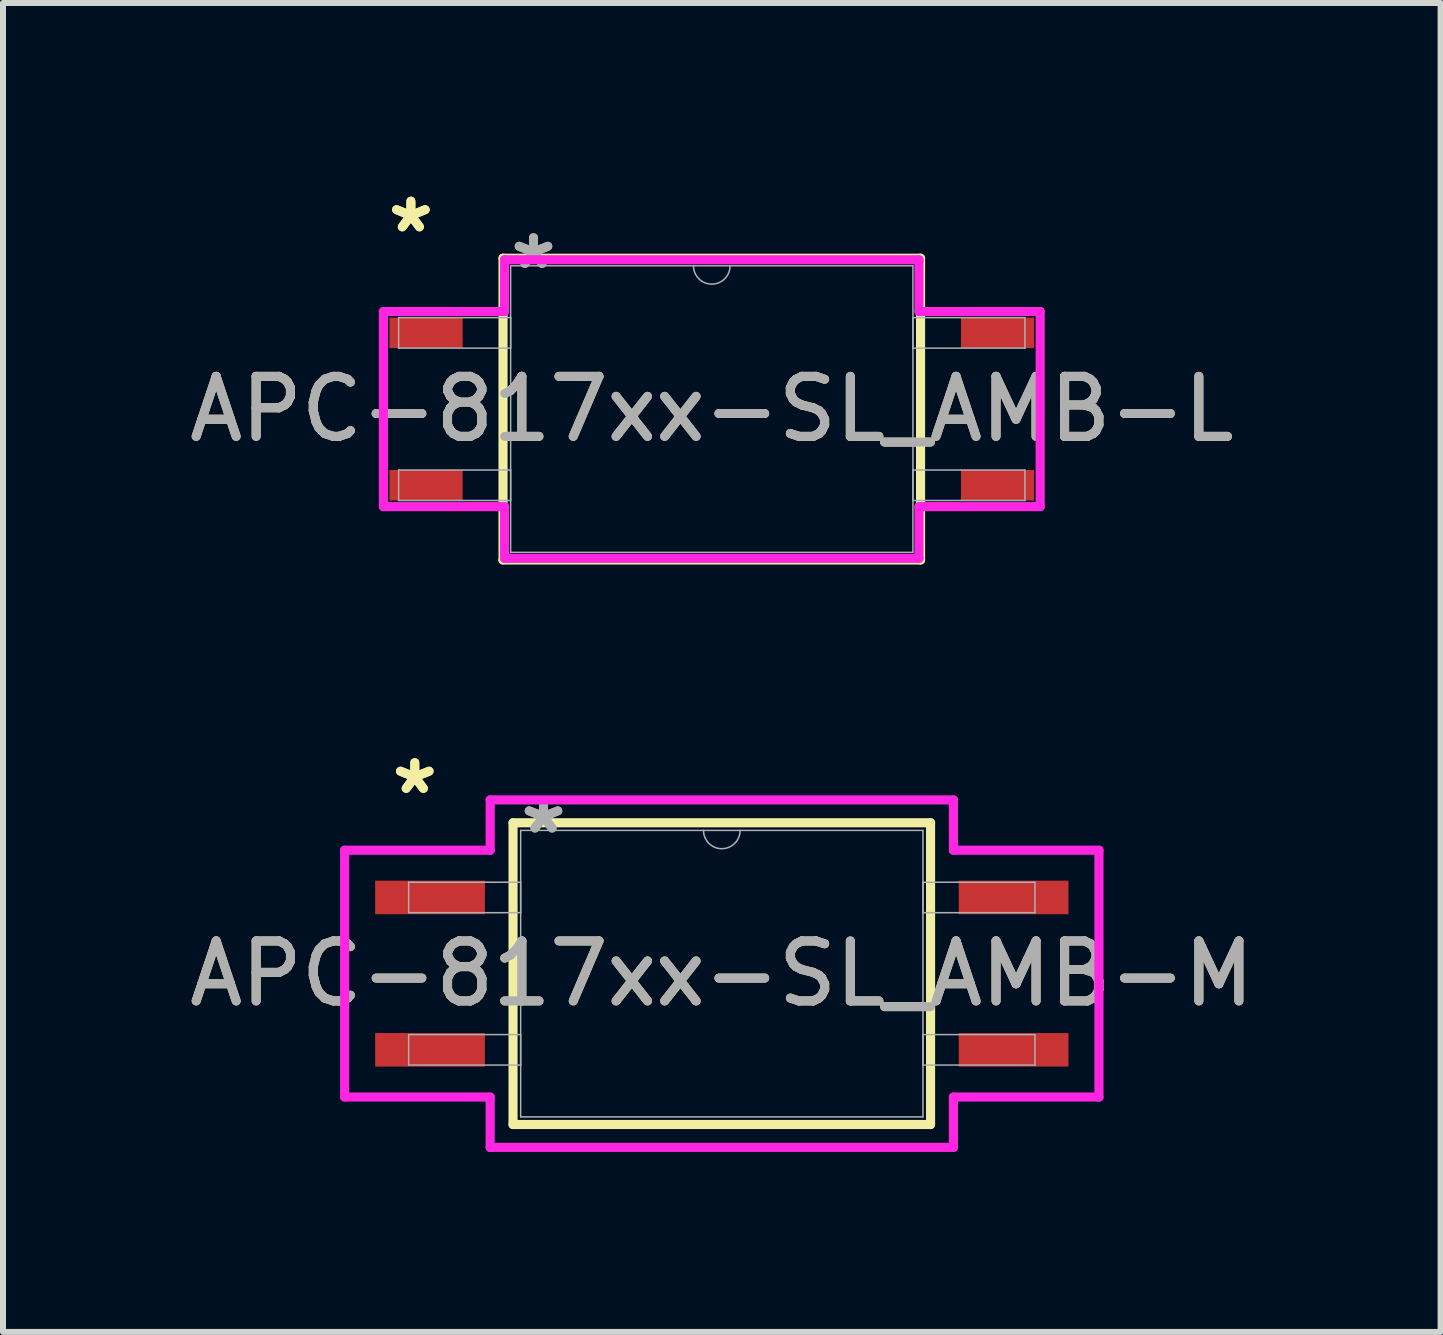
<source format=kicad_pcb>
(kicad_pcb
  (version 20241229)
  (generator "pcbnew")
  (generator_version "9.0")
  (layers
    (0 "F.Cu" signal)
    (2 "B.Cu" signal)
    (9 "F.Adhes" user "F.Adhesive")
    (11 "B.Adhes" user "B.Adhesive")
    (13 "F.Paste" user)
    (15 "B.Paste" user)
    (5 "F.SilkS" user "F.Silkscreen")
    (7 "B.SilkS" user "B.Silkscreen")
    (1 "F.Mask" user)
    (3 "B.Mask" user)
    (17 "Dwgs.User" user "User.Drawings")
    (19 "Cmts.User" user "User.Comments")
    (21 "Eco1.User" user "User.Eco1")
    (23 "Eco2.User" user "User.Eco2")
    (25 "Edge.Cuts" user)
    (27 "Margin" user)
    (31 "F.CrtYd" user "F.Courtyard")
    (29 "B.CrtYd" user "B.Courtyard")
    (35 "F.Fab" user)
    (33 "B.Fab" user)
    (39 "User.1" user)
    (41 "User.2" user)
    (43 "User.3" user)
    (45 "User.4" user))
  (footprint "APC-817xx-SL_AMB-M"
    (layer "F.Cu")
    (at 8.982 13.18)
    (property "Reference" "APC-817xx-SL_AMB-M" (at 0 0 0) (unlocked yes) (layer "F.SilkS") (effects (font (size 1 1) (thickness 0.15))))
    (attr smd)
    (fp_line (start -3.48 -2.515) (end -3.48 2.515) (stroke (width 0.152) (type solid)) (layer "F.SilkS"))
    (fp_line (start -3.48 2.515) (end 3.48 2.515) (stroke (width 0.152) (type solid)) (layer "F.SilkS"))
    (fp_line (start 3.48 -2.515) (end -3.48 -2.515) (stroke (width 0.152) (type solid)) (layer "F.SilkS"))
    (fp_line (start 3.48 2.515) (end 3.48 -2.515) (stroke (width 0.152) (type solid)) (layer "F.SilkS"))
    (fp_line (start -6.287 -2.057) (end -3.861 -2.057) (stroke (width 0.152) (type solid)) (layer "F.CrtYd"))
    (fp_line (start -6.287 2.057) (end -6.287 -2.057) (stroke (width 0.152) (type solid)) (layer "F.CrtYd"))
    (fp_line (start -6.287 2.057) (end -3.861 2.057) (stroke (width 0.152) (type solid)) (layer "F.CrtYd"))
    (fp_line (start -3.861 -2.896) (end 3.861 -2.896) (stroke (width 0.152) (type solid)) (layer "F.CrtYd"))
    (fp_line (start -3.861 -2.057) (end -3.861 -2.896) (stroke (width 0.152) (type solid)) (layer "F.CrtYd"))
    (fp_line (start -3.861 2.896) (end -3.861 2.057) (stroke (width 0.152) (type solid)) (layer "F.CrtYd"))
    (fp_line (start 3.861 -2.896) (end 3.861 -2.057) (stroke (width 0.152) (type solid)) (layer "F.CrtYd"))
    (fp_line (start 3.861 2.057) (end 3.861 2.896) (stroke (width 0.152) (type solid)) (layer "F.CrtYd"))
    (fp_line (start 3.861 2.896) (end -3.861 2.896) (stroke (width 0.152) (type solid)) (layer "F.CrtYd"))
    (fp_line (start 6.287 -2.057) (end 3.861 -2.057) (stroke (width 0.152) (type solid)) (layer "F.CrtYd"))
    (fp_line (start 6.287 -2.057) (end 6.287 2.057) (stroke (width 0.152) (type solid)) (layer "F.CrtYd"))
    (fp_line (start 6.287 2.057) (end 3.861 2.057) (stroke (width 0.152) (type solid)) (layer "F.CrtYd"))
    (fp_line (start -5.22 -1.524) (end -5.22 -1.016) (stroke (width 0.025) (type solid)) (layer "F.Fab"))
    (fp_line (start -5.22 -1.016) (end -3.353 -1.016) (stroke (width 0.025) (type solid)) (layer "F.Fab"))
    (fp_line (start -5.22 1.016) (end -5.22 1.524) (stroke (width 0.025) (type solid)) (layer "F.Fab"))
    (fp_line (start -5.22 1.524) (end -3.353 1.524) (stroke (width 0.025) (type solid)) (layer "F.Fab"))
    (fp_line (start -3.353 -2.388) (end -3.353 2.388) (stroke (width 0.025) (type solid)) (layer "F.Fab"))
    (fp_line (start -3.353 -1.524) (end -5.22 -1.524) (stroke (width 0.025) (type solid)) (layer "F.Fab"))
    (fp_line (start -3.353 -1.016) (end -3.353 -1.524) (stroke (width 0.025) (type solid)) (layer "F.Fab"))
    (fp_line (start -3.353 1.016) (end -5.22 1.016) (stroke (width 0.025) (type solid)) (layer "F.Fab"))
    (fp_line (start -3.353 1.524) (end -3.353 1.016) (stroke (width 0.025) (type solid)) (layer "F.Fab"))
    (fp_line (start -3.353 2.388) (end 3.353 2.388) (stroke (width 0.025) (type solid)) (layer "F.Fab"))
    (fp_line (start 3.353 -2.388) (end -3.353 -2.388) (stroke (width 0.025) (type solid)) (layer "F.Fab"))
    (fp_line (start 3.353 -1.524) (end 3.353 -1.016) (stroke (width 0.025) (type solid)) (layer "F.Fab"))
    (fp_line (start 3.353 -1.016) (end 5.22 -1.016) (stroke (width 0.025) (type solid)) (layer "F.Fab"))
    (fp_line (start 3.353 1.016) (end 3.353 1.524) (stroke (width 0.025) (type solid)) (layer "F.Fab"))
    (fp_line (start 3.353 1.524) (end 5.22 1.524) (stroke (width 0.025) (type solid)) (layer "F.Fab"))
    (fp_line (start 3.353 2.388) (end 3.353 -2.388) (stroke (width 0.025) (type solid)) (layer "F.Fab"))
    (fp_line (start 5.22 -1.524) (end 3.353 -1.524) (stroke (width 0.025) (type solid)) (layer "F.Fab"))
    (fp_line (start 5.22 -1.016) (end 5.22 -1.524) (stroke (width 0.025) (type solid)) (layer "F.Fab"))
    (fp_line (start 5.22 1.016) (end 3.353 1.016) (stroke (width 0.025) (type solid)) (layer "F.Fab"))
    (fp_line (start 5.22 1.524) (end 5.22 1.016) (stroke (width 0.025) (type solid)) (layer "F.Fab"))
    (fp_arc (start 0.3048 -2.3876) (mid 0 -2.0828) (end -0.3048 -2.3876) (stroke (width 0.0254) (type solid)) (layer "F.Fab"))
    (fp_text user "*" (at -5.118 -2.972 0) (layer "F.SilkS") (effects (font (size 1 1) (thickness 0.15))))
    (fp_text user "*" (at -5.118 -2.972 0) (unlocked yes) (layer "F.SilkS") (effects (font (size 1 1) (thickness 0.15))))
    (fp_text user "*" (at -2.972 -2.311 0) (unlocked yes) (layer "F.Fab") (effects (font (size 1 1) (thickness 0.15))))
    (fp_text user "*" (at -2.972 -2.311 0) (layer "F.Fab") (effects (font (size 1 1) (thickness 0.15))))
    (fp_text user "${REFERENCE}" (at 0 0 0) (unlocked yes) (layer "F.Fab") (effects (font (size 1 1) (thickness 0.15))))
    (pad "1" smd rect (at -4.864 -1.27) (size 1.829 0.559) (layers "F.Cu" "F.Mask" "F.Paste"))
    (pad "2" smd rect (at -4.864 1.27) (size 1.829 0.559) (layers "F.Cu" "F.Mask" "F.Paste"))
    (pad "3" smd rect (at 4.864 1.27) (size 1.829 0.559) (layers "F.Cu" "F.Mask" "F.Paste"))
    (pad "4" smd rect (at 4.864 -1.27) (size 1.829 0.559) (layers "F.Cu" "F.Mask" "F.Paste")))
  (footprint "APC-817xx-SL_AMB-L"
    (layer "F.Cu")
    (at 8.815 3.769)
    (property "Reference" "APC-817xx-SL_AMB-L" (at 0 0 0) (unlocked yes) (layer "F.SilkS") (effects (font (size 1 1) (thickness 0.15))))
    (attr smd)
    (fp_line (start -3.48 -2.515) (end -3.48 2.515) (stroke (width 0.152) (type solid)) (layer "F.SilkS"))
    (fp_line (start -3.48 2.515) (end 3.48 2.515) (stroke (width 0.152) (type solid)) (layer "F.SilkS"))
    (fp_line (start 3.48 -2.515) (end -3.48 -2.515) (stroke (width 0.152) (type solid)) (layer "F.SilkS"))
    (fp_line (start 3.48 2.515) (end 3.48 -2.515) (stroke (width 0.152) (type solid)) (layer "F.SilkS"))
    (fp_line (start -5.474 -1.626) (end -3.454 -1.626) (stroke (width 0.152) (type solid)) (layer "F.CrtYd"))
    (fp_line (start -5.474 1.626) (end -5.474 -1.626) (stroke (width 0.152) (type solid)) (layer "F.CrtYd"))
    (fp_line (start -5.474 1.626) (end -3.454 1.626) (stroke (width 0.152) (type solid)) (layer "F.CrtYd"))
    (fp_line (start -3.454 -2.489) (end 3.454 -2.489) (stroke (width 0.152) (type solid)) (layer "F.CrtYd"))
    (fp_line (start -3.454 -1.626) (end -3.454 -2.489) (stroke (width 0.152) (type solid)) (layer "F.CrtYd"))
    (fp_line (start -3.454 2.489) (end -3.454 1.626) (stroke (width 0.152) (type solid)) (layer "F.CrtYd"))
    (fp_line (start 3.454 -2.489) (end 3.454 -1.626) (stroke (width 0.152) (type solid)) (layer "F.CrtYd"))
    (fp_line (start 3.454 1.626) (end 3.454 2.489) (stroke (width 0.152) (type solid)) (layer "F.CrtYd"))
    (fp_line (start 3.454 2.489) (end -3.454 2.489) (stroke (width 0.152) (type solid)) (layer "F.CrtYd"))
    (fp_line (start 5.474 -1.626) (end 3.454 -1.626) (stroke (width 0.152) (type solid)) (layer "F.CrtYd"))
    (fp_line (start 5.474 -1.626) (end 5.474 1.626) (stroke (width 0.152) (type solid)) (layer "F.CrtYd"))
    (fp_line (start 5.474 1.626) (end 3.454 1.626) (stroke (width 0.152) (type solid)) (layer "F.CrtYd"))
    (fp_line (start -5.22 -1.524) (end -5.22 -1.016) (stroke (width 0.025) (type solid)) (layer "F.Fab"))
    (fp_line (start -5.22 -1.016) (end -3.353 -1.016) (stroke (width 0.025) (type solid)) (layer "F.Fab"))
    (fp_line (start -5.22 1.016) (end -5.22 1.524) (stroke (width 0.025) (type solid)) (layer "F.Fab"))
    (fp_line (start -5.22 1.524) (end -3.353 1.524) (stroke (width 0.025) (type solid)) (layer "F.Fab"))
    (fp_line (start -3.353 -2.388) (end -3.353 2.388) (stroke (width 0.025) (type solid)) (layer "F.Fab"))
    (fp_line (start -3.353 -1.524) (end -5.22 -1.524) (stroke (width 0.025) (type solid)) (layer "F.Fab"))
    (fp_line (start -3.353 -1.016) (end -3.353 -1.524) (stroke (width 0.025) (type solid)) (layer "F.Fab"))
    (fp_line (start -3.353 1.016) (end -5.22 1.016) (stroke (width 0.025) (type solid)) (layer "F.Fab"))
    (fp_line (start -3.353 1.524) (end -3.353 1.016) (stroke (width 0.025) (type solid)) (layer "F.Fab"))
    (fp_line (start -3.353 2.388) (end 3.353 2.388) (stroke (width 0.025) (type solid)) (layer "F.Fab"))
    (fp_line (start 3.353 -2.388) (end -3.353 -2.388) (stroke (width 0.025) (type solid)) (layer "F.Fab"))
    (fp_line (start 3.353 -1.524) (end 3.353 -1.016) (stroke (width 0.025) (type solid)) (layer "F.Fab"))
    (fp_line (start 3.353 -1.016) (end 5.22 -1.016) (stroke (width 0.025) (type solid)) (layer "F.Fab"))
    (fp_line (start 3.353 1.016) (end 3.353 1.524) (stroke (width 0.025) (type solid)) (layer "F.Fab"))
    (fp_line (start 3.353 1.524) (end 5.22 1.524) (stroke (width 0.025) (type solid)) (layer "F.Fab"))
    (fp_line (start 3.353 2.388) (end 3.353 -2.388) (stroke (width 0.025) (type solid)) (layer "F.Fab"))
    (fp_line (start 5.22 -1.524) (end 3.353 -1.524) (stroke (width 0.025) (type solid)) (layer "F.Fab"))
    (fp_line (start 5.22 -1.016) (end 5.22 -1.524) (stroke (width 0.025) (type solid)) (layer "F.Fab"))
    (fp_line (start 5.22 1.016) (end 3.353 1.016) (stroke (width 0.025) (type solid)) (layer "F.Fab"))
    (fp_line (start 5.22 1.524) (end 5.22 1.016) (stroke (width 0.025) (type solid)) (layer "F.Fab"))
    (fp_arc (start 0.3048 -2.3876) (mid 0 -2.0828) (end -0.3048 -2.3876) (stroke (width 0.0254) (type solid)) (layer "F.Fab"))
    (fp_text user "*" (at -5.016 -2.921 0) (layer "F.SilkS") (effects (font (size 1 1) (thickness 0.15))))
    (fp_text user "*" (at -5.016 -2.921 0) (unlocked yes) (layer "F.SilkS") (effects (font (size 1 1) (thickness 0.15))))
    (fp_text user "${REFERENCE}" (at 0 0 0) (unlocked yes) (layer "F.Fab") (effects (font (size 1 1) (thickness 0.15))))
    (fp_text user "*" (at -2.972 -2.311 0) (layer "F.Fab") (effects (font (size 1 1) (thickness 0.15))))
    (fp_text user "*" (at -2.972 -2.311 0) (unlocked yes) (layer "F.Fab") (effects (font (size 1 1) (thickness 0.15))))
    (pad "1" smd rect (at -4.763 -1.27) (size 1.219 0.508) (layers "F.Cu" "F.Mask" "F.Paste"))
    (pad "2" smd rect (at -4.763 1.27) (size 1.219 0.508) (layers "F.Cu" "F.Mask" "F.Paste"))
    (pad "3" smd rect (at 4.763 1.27) (size 1.219 0.508) (layers "F.Cu" "F.Mask" "F.Paste"))
    (pad "4" smd rect (at 4.763 -1.27) (size 1.219 0.508) (layers "F.Cu" "F.Mask" "F.Paste")))
  (gr_rect
    (start -3 -3)
    (end 20.964 19.152)
    (stroke (width 0.1) (type default))
    (fill no)
    (layer "Edge.Cuts")))
</source>
